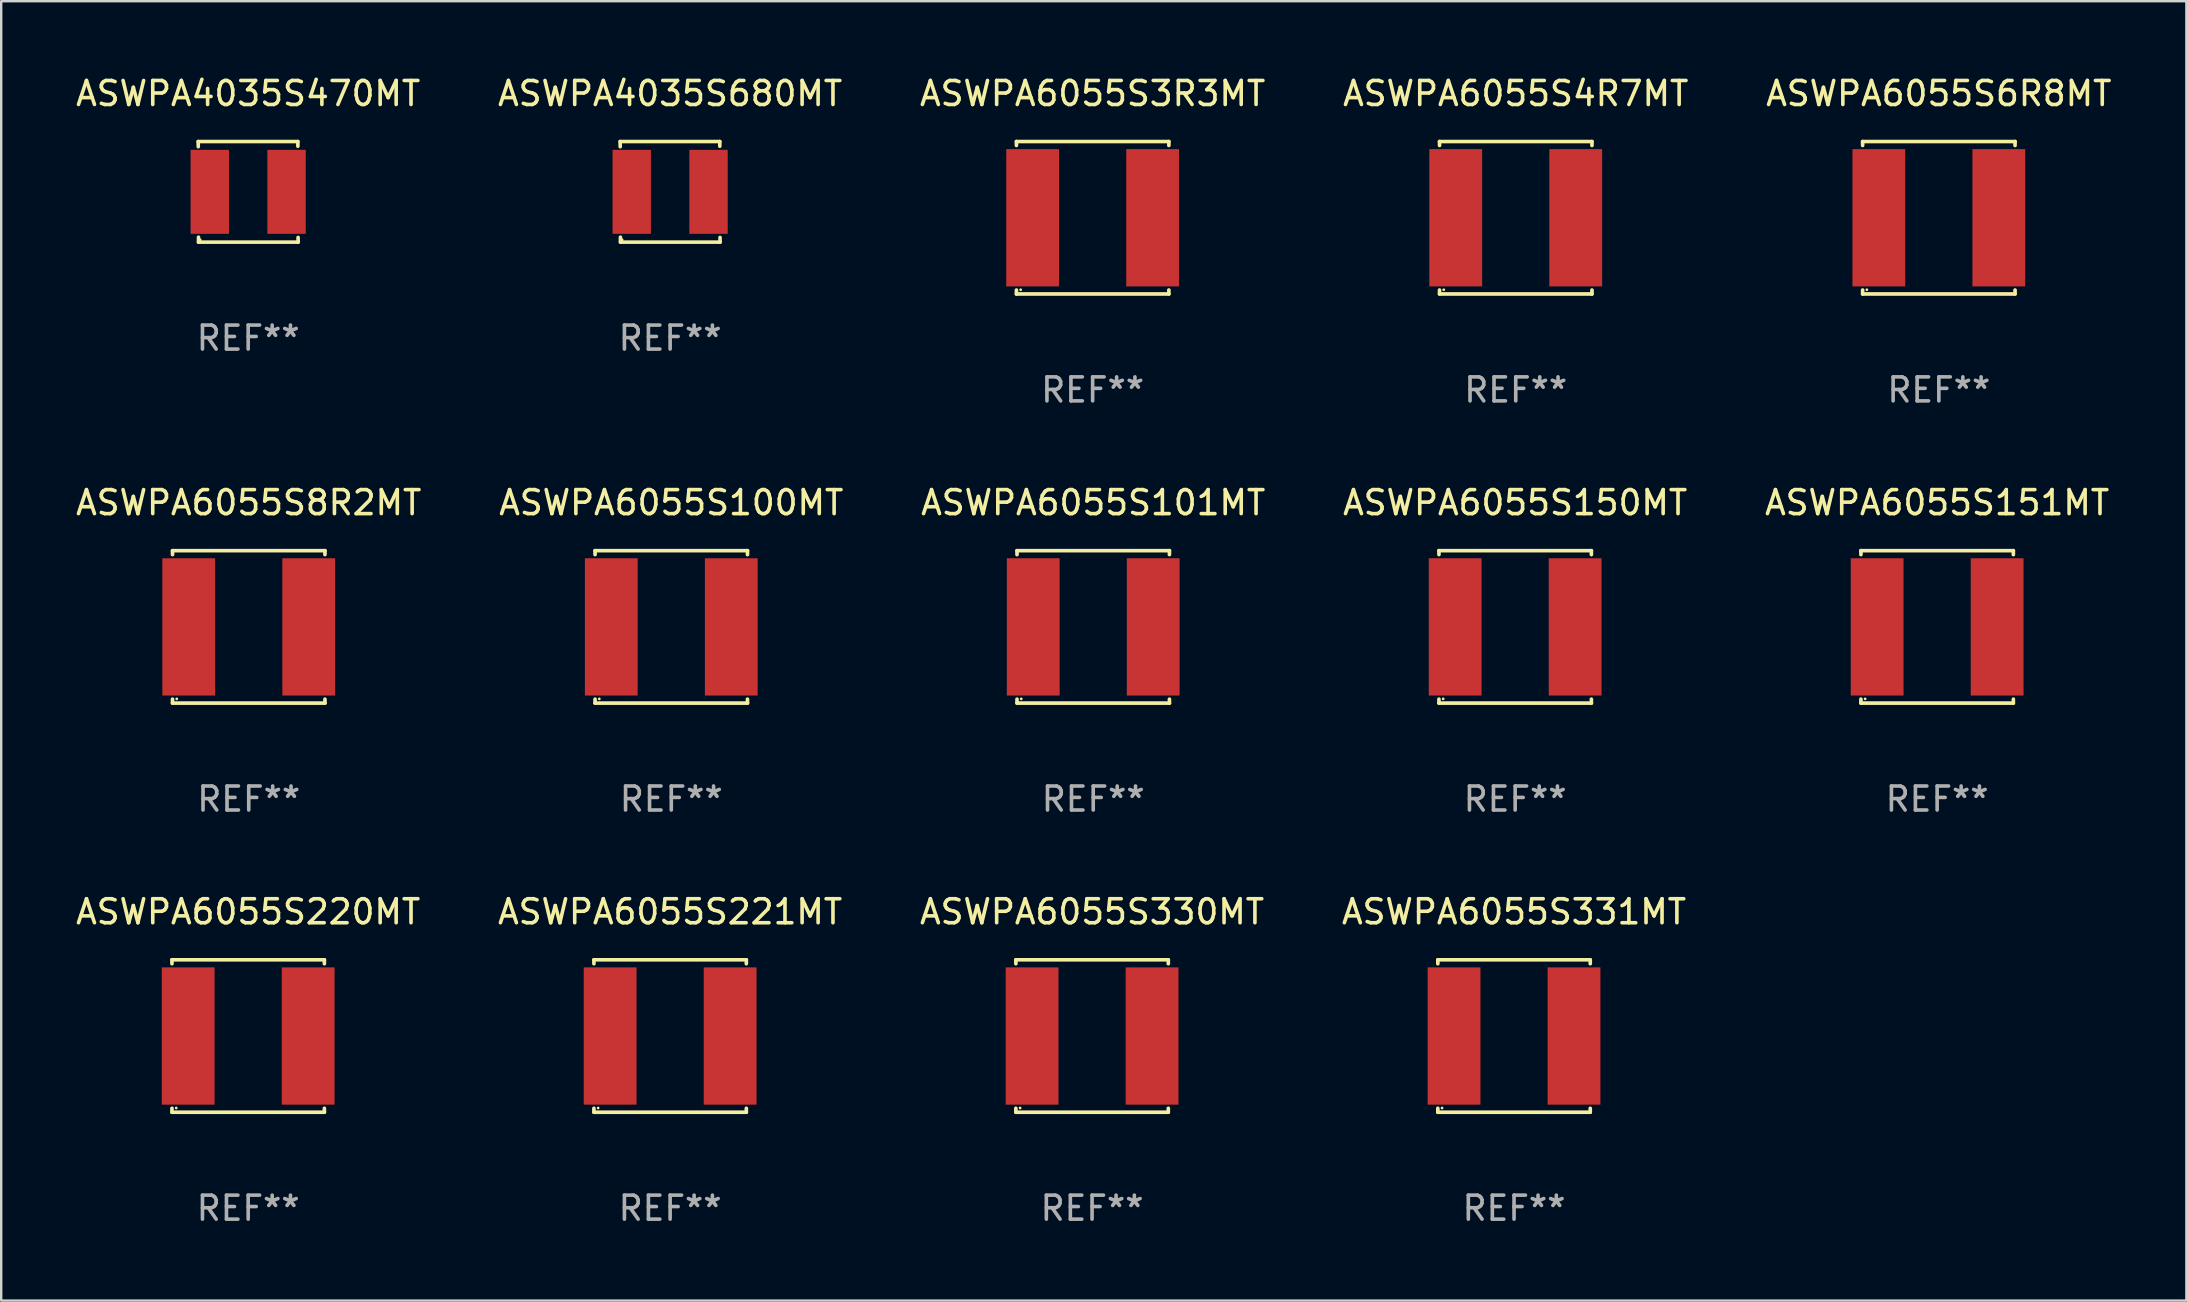
<source format=kicad_pcb>
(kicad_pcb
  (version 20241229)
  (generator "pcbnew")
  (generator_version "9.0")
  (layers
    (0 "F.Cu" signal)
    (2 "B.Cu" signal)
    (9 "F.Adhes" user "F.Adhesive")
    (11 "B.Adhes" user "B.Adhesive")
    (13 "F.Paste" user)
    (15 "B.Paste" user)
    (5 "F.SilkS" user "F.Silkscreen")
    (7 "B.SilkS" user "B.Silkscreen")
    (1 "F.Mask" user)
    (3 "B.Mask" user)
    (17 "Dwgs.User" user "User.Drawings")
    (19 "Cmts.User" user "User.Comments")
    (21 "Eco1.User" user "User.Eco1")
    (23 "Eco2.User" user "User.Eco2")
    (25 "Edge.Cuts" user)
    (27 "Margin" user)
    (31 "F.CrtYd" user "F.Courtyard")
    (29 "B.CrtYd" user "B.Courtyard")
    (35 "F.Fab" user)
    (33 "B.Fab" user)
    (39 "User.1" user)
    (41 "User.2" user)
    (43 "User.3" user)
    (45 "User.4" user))
  (footprint "ASWPA6055S4R7MT"
    (layer "F.Cu")
    (at 60.113 6.024)
    (property "Reference" "ASWPA6055S4R7MT" (at 0 -5.176 0) (layer "F.SilkS") (effects (font (size 1 1) (thickness 0.15))))
    (attr through_hole)
    (fp_line (start -3.176 -3.176) (end 3.176 -3.176) (stroke (width 0.152) (type solid)) (layer "F.SilkS"))
    (fp_line (start -3.176 -3.012) (end -3.176 -3.176) (stroke (width 0.152) (type solid)) (layer "F.SilkS"))
    (fp_line (start -3.176 3.012) (end -3.176 3.176) (stroke (width 0.152) (type solid)) (layer "F.SilkS"))
    (fp_line (start -3.176 3.176) (end 3.176 3.176) (stroke (width 0.152) (type solid)) (layer "F.SilkS"))
    (fp_line (start 3.176 -3.176) (end 3.176 -3.012) (stroke (width 0.152) (type solid)) (layer "F.SilkS"))
    (fp_line (start 3.176 3.176) (end 3.176 3.012) (stroke (width 0.152) (type solid)) (layer "F.SilkS"))
    (fp_circle (center -3 3) (end -2.97 3) (stroke (width 0.06) (type solid)) (fill no) (layer "F.SilkS"))
    (fp_text user "REF**" (at 0 7.176 0) (layer "F.Fab") (effects (font (size 1 1) (thickness 0.15))))
    (pad "1" smd rect (at -2.5 0) (size 2.2 5.72) (layers "F.Cu" "F.Mask" "F.Paste"))
    (pad "2" smd rect (at 2.5 0) (size 2.2 5.72) (layers "F.Cu" "F.Mask" "F.Paste")))
  (footprint "ASWPA6055S6R8MT"
    (layer "F.Cu")
    (at 77.744 6.024)
    (property "Reference" "ASWPA6055S6R8MT" (at 0 -5.176 0) (layer "F.SilkS") (effects (font (size 1 1) (thickness 0.15))))
    (attr through_hole)
    (fp_line (start -3.176 -3.176) (end 3.176 -3.176) (stroke (width 0.152) (type solid)) (layer "F.SilkS"))
    (fp_line (start -3.176 -3.012) (end -3.176 -3.176) (stroke (width 0.152) (type solid)) (layer "F.SilkS"))
    (fp_line (start -3.176 3.012) (end -3.176 3.176) (stroke (width 0.152) (type solid)) (layer "F.SilkS"))
    (fp_line (start -3.176 3.176) (end 3.176 3.176) (stroke (width 0.152) (type solid)) (layer "F.SilkS"))
    (fp_line (start 3.176 -3.176) (end 3.176 -3.012) (stroke (width 0.152) (type solid)) (layer "F.SilkS"))
    (fp_line (start 3.176 3.176) (end 3.176 3.012) (stroke (width 0.152) (type solid)) (layer "F.SilkS"))
    (fp_circle (center -3 3) (end -2.97 3) (stroke (width 0.06) (type solid)) (fill no) (layer "F.SilkS"))
    (fp_text user "REF**" (at 0 7.176 0) (layer "F.Fab") (effects (font (size 1 1) (thickness 0.15))))
    (pad "1" smd rect (at -2.5 0) (size 2.2 5.72) (layers "F.Cu" "F.Mask" "F.Paste"))
    (pad "2" smd rect (at 2.5 0) (size 2.2 5.72) (layers "F.Cu" "F.Mask" "F.Paste")))
  (footprint "ASWPA6055S150MT"
    (layer "F.Cu")
    (at 60.089 23.073)
    (property "Reference" "ASWPA6055S150MT" (at 0 -5.176 0) (layer "F.SilkS") (effects (font (size 1 1) (thickness 0.15))))
    (attr through_hole)
    (fp_line (start -3.176 -3.176) (end 3.176 -3.176) (stroke (width 0.152) (type solid)) (layer "F.SilkS"))
    (fp_line (start -3.176 -3.012) (end -3.176 -3.176) (stroke (width 0.152) (type solid)) (layer "F.SilkS"))
    (fp_line (start -3.176 3.012) (end -3.176 3.176) (stroke (width 0.152) (type solid)) (layer "F.SilkS"))
    (fp_line (start -3.176 3.176) (end 3.176 3.176) (stroke (width 0.152) (type solid)) (layer "F.SilkS"))
    (fp_line (start 3.176 -3.176) (end 3.176 -3.012) (stroke (width 0.152) (type solid)) (layer "F.SilkS"))
    (fp_line (start 3.176 3.176) (end 3.176 3.012) (stroke (width 0.152) (type solid)) (layer "F.SilkS"))
    (fp_circle (center -3 3) (end -2.97 3) (stroke (width 0.06) (type solid)) (fill no) (layer "F.SilkS"))
    (fp_text user "REF**" (at 0 7.176 0) (layer "F.Fab") (effects (font (size 1 1) (thickness 0.15))))
    (pad "1" smd rect (at -2.5 0) (size 2.2 5.72) (layers "F.Cu" "F.Mask" "F.Paste"))
    (pad "2" smd rect (at 2.5 0) (size 2.2 5.72) (layers "F.Cu" "F.Mask" "F.Paste")))
  (footprint "ASWPA6055S221MT"
    (layer "F.Cu")
    (at 24.875 40.122)
    (property "Reference" "ASWPA6055S221MT" (at 0 -5.176 0) (layer "F.SilkS") (effects (font (size 1 1) (thickness 0.15))))
    (attr through_hole)
    (fp_line (start -3.176 -3.176) (end 3.176 -3.176) (stroke (width 0.152) (type solid)) (layer "F.SilkS"))
    (fp_line (start -3.176 -3.012) (end -3.176 -3.176) (stroke (width 0.152) (type solid)) (layer "F.SilkS"))
    (fp_line (start -3.176 3.012) (end -3.176 3.176) (stroke (width 0.152) (type solid)) (layer "F.SilkS"))
    (fp_line (start -3.176 3.176) (end 3.176 3.176) (stroke (width 0.152) (type solid)) (layer "F.SilkS"))
    (fp_line (start 3.176 -3.176) (end 3.176 -3.012) (stroke (width 0.152) (type solid)) (layer "F.SilkS"))
    (fp_line (start 3.176 3.176) (end 3.176 3.012) (stroke (width 0.152) (type solid)) (layer "F.SilkS"))
    (fp_circle (center -3 3) (end -2.97 3) (stroke (width 0.06) (type solid)) (fill no) (layer "F.SilkS"))
    (fp_text user "REF**" (at 0 7.176 0) (layer "F.Fab") (effects (font (size 1 1) (thickness 0.15))))
    (pad "1" smd rect (at -2.5 0) (size 2.2 5.72) (layers "F.Cu" "F.Mask" "F.Paste"))
    (pad "2" smd rect (at 2.5 0) (size 2.2 5.72) (layers "F.Cu" "F.Mask" "F.Paste")))
  (footprint "ASWPA6055S151MT"
    (layer "F.Cu")
    (at 77.673 23.073)
    (property "Reference" "ASWPA6055S151MT" (at 0 -5.176 0) (layer "F.SilkS") (effects (font (size 1 1) (thickness 0.15))))
    (attr through_hole)
    (fp_line (start -3.176 -3.176) (end 3.176 -3.176) (stroke (width 0.152) (type solid)) (layer "F.SilkS"))
    (fp_line (start -3.176 -3.012) (end -3.176 -3.176) (stroke (width 0.152) (type solid)) (layer "F.SilkS"))
    (fp_line (start -3.176 3.012) (end -3.176 3.176) (stroke (width 0.152) (type solid)) (layer "F.SilkS"))
    (fp_line (start -3.176 3.176) (end 3.176 3.176) (stroke (width 0.152) (type solid)) (layer "F.SilkS"))
    (fp_line (start 3.176 -3.176) (end 3.176 -3.012) (stroke (width 0.152) (type solid)) (layer "F.SilkS"))
    (fp_line (start 3.176 3.176) (end 3.176 3.012) (stroke (width 0.152) (type solid)) (layer "F.SilkS"))
    (fp_circle (center -3 3) (end -2.97 3) (stroke (width 0.06) (type solid)) (fill no) (layer "F.SilkS"))
    (fp_text user "REF**" (at 0 7.176 0) (layer "F.Fab") (effects (font (size 1 1) (thickness 0.15))))
    (pad "1" smd rect (at -2.5 0) (size 2.2 5.72) (layers "F.Cu" "F.Mask" "F.Paste"))
    (pad "2" smd rect (at 2.5 0) (size 2.2 5.72) (layers "F.Cu" "F.Mask" "F.Paste")))
  (footprint "ASWPA4035S470MT"
    (layer "F.Cu")
    (at 7.292 4.944)
    (property "Reference" "ASWPA4035S470MT" (at 0 -4.096 0) (layer "F.SilkS") (effects (font (size 1 1) (thickness 0.15))))
    (attr through_hole)
    (fp_line (start -2.083 -2.096) (end -2.08 -1.88) (stroke (width 0.15) (type solid)) (layer "F.SilkS"))
    (fp_line (start -2.07 1.89) (end -2.07 2.096) (stroke (width 0.15) (type solid)) (layer "F.SilkS"))
    (fp_line (start -2.07 2.096) (end 2.083 2.096) (stroke (width 0.15) (type solid)) (layer "F.SilkS"))
    (fp_line (start 2.07 -1.9) (end 2.07 -2.096) (stroke (width 0.15) (type solid)) (layer "F.SilkS"))
    (fp_line (start 2.07 -2.096) (end -2.083 -2.096) (stroke (width 0.15) (type solid)) (layer "F.SilkS"))
    (fp_line (start 2.083 2.096) (end 2.08 1.9) (stroke (width 0.15) (type solid)) (layer "F.SilkS"))
    (fp_circle (center -2 2) (end -1.97 2) (stroke (width 0.06) (type solid)) (fill no) (layer "F.SilkS"))
    (fp_text user "REF**" (at 0 6.096 0) (layer "F.Fab") (effects (font (size 1 1) (thickness 0.15))))
    (pad "1" smd rect (at -1.6 -0.000343) (size 1.6 3.5) (layers "F.Cu" "F.Mask" "F.Paste"))
    (pad "2" smd rect (at 1.6 -0.000343) (size 1.6 3.5) (layers "F.Cu" "F.Mask" "F.Paste")))
  (footprint "ASWPA6055S101MT"
    (layer "F.Cu")
    (at 42.506 23.073)
    (property "Reference" "ASWPA6055S101MT" (at 0 -5.176 0) (layer "F.SilkS") (effects (font (size 1 1) (thickness 0.15))))
    (attr through_hole)
    (fp_line (start -3.176 -3.176) (end 3.176 -3.176) (stroke (width 0.152) (type solid)) (layer "F.SilkS"))
    (fp_line (start -3.176 -3.012) (end -3.176 -3.176) (stroke (width 0.152) (type solid)) (layer "F.SilkS"))
    (fp_line (start -3.176 3.012) (end -3.176 3.176) (stroke (width 0.152) (type solid)) (layer "F.SilkS"))
    (fp_line (start -3.176 3.176) (end 3.176 3.176) (stroke (width 0.152) (type solid)) (layer "F.SilkS"))
    (fp_line (start 3.176 -3.176) (end 3.176 -3.012) (stroke (width 0.152) (type solid)) (layer "F.SilkS"))
    (fp_line (start 3.176 3.176) (end 3.176 3.012) (stroke (width 0.152) (type solid)) (layer "F.SilkS"))
    (fp_circle (center -3 3) (end -2.97 3) (stroke (width 0.06) (type solid)) (fill no) (layer "F.SilkS"))
    (fp_text user "REF**" (at 0 7.176 0) (layer "F.Fab") (effects (font (size 1 1) (thickness 0.15))))
    (pad "1" smd rect (at -2.5 0) (size 2.2 5.72) (layers "F.Cu" "F.Mask" "F.Paste"))
    (pad "2" smd rect (at 2.5 0) (size 2.2 5.72) (layers "F.Cu" "F.Mask" "F.Paste")))
  (footprint "ASWPA6055S330MT"
    (layer "F.Cu")
    (at 42.458 40.122)
    (property "Reference" "ASWPA6055S330MT" (at 0 -5.176 0) (layer "F.SilkS") (effects (font (size 1 1) (thickness 0.15))))
    (attr through_hole)
    (fp_line (start -3.176 -3.176) (end 3.176 -3.176) (stroke (width 0.152) (type solid)) (layer "F.SilkS"))
    (fp_line (start -3.176 -3.012) (end -3.176 -3.176) (stroke (width 0.152) (type solid)) (layer "F.SilkS"))
    (fp_line (start -3.176 3.012) (end -3.176 3.176) (stroke (width 0.152) (type solid)) (layer "F.SilkS"))
    (fp_line (start -3.176 3.176) (end 3.176 3.176) (stroke (width 0.152) (type solid)) (layer "F.SilkS"))
    (fp_line (start 3.176 -3.176) (end 3.176 -3.012) (stroke (width 0.152) (type solid)) (layer "F.SilkS"))
    (fp_line (start 3.176 3.176) (end 3.176 3.012) (stroke (width 0.152) (type solid)) (layer "F.SilkS"))
    (fp_circle (center -3 3) (end -2.97 3) (stroke (width 0.06) (type solid)) (fill no) (layer "F.SilkS"))
    (fp_text user "REF**" (at 0 7.176 0) (layer "F.Fab") (effects (font (size 1 1) (thickness 0.15))))
    (pad "1" smd rect (at -2.5 0) (size 2.2 5.72) (layers "F.Cu" "F.Mask" "F.Paste"))
    (pad "2" smd rect (at 2.5 0) (size 2.2 5.72) (layers "F.Cu" "F.Mask" "F.Paste")))
  (footprint "ASWPA6055S220MT"
    (layer "F.Cu")
    (at 7.292 40.122)
    (property "Reference" "ASWPA6055S220MT" (at 0 -5.176 0) (layer "F.SilkS") (effects (font (size 1 1) (thickness 0.15))))
    (attr through_hole)
    (fp_line (start -3.176 -3.176) (end 3.176 -3.176) (stroke (width 0.152) (type solid)) (layer "F.SilkS"))
    (fp_line (start -3.176 -3.012) (end -3.176 -3.176) (stroke (width 0.152) (type solid)) (layer "F.SilkS"))
    (fp_line (start -3.176 3.012) (end -3.176 3.176) (stroke (width 0.152) (type solid)) (layer "F.SilkS"))
    (fp_line (start -3.176 3.176) (end 3.176 3.176) (stroke (width 0.152) (type solid)) (layer "F.SilkS"))
    (fp_line (start 3.176 -3.176) (end 3.176 -3.012) (stroke (width 0.152) (type solid)) (layer "F.SilkS"))
    (fp_line (start 3.176 3.176) (end 3.176 3.012) (stroke (width 0.152) (type solid)) (layer "F.SilkS"))
    (fp_circle (center -3 3) (end -2.97 3) (stroke (width 0.06) (type solid)) (fill no) (layer "F.SilkS"))
    (fp_text user "REF**" (at 0 7.176 0) (layer "F.Fab") (effects (font (size 1 1) (thickness 0.15))))
    (pad "1" smd rect (at -2.5 0) (size 2.2 5.72) (layers "F.Cu" "F.Mask" "F.Paste"))
    (pad "2" smd rect (at 2.5 0) (size 2.2 5.72) (layers "F.Cu" "F.Mask" "F.Paste")))
  (footprint "ASWPA6055S100MT"
    (layer "F.Cu")
    (at 24.923 23.073)
    (property "Reference" "ASWPA6055S100MT" (at 0 -5.176 0) (layer "F.SilkS") (effects (font (size 1 1) (thickness 0.15))))
    (attr through_hole)
    (fp_line (start -3.176 -3.176) (end 3.176 -3.176) (stroke (width 0.152) (type solid)) (layer "F.SilkS"))
    (fp_line (start -3.176 -3.012) (end -3.176 -3.176) (stroke (width 0.152) (type solid)) (layer "F.SilkS"))
    (fp_line (start -3.176 3.012) (end -3.176 3.176) (stroke (width 0.152) (type solid)) (layer "F.SilkS"))
    (fp_line (start -3.176 3.176) (end 3.176 3.176) (stroke (width 0.152) (type solid)) (layer "F.SilkS"))
    (fp_line (start 3.176 -3.176) (end 3.176 -3.012) (stroke (width 0.152) (type solid)) (layer "F.SilkS"))
    (fp_line (start 3.176 3.176) (end 3.176 3.012) (stroke (width 0.152) (type solid)) (layer "F.SilkS"))
    (fp_circle (center -3 3) (end -2.97 3) (stroke (width 0.06) (type solid)) (fill no) (layer "F.SilkS"))
    (fp_text user "REF**" (at 0 7.176 0) (layer "F.Fab") (effects (font (size 1 1) (thickness 0.15))))
    (pad "1" smd rect (at -2.5 0) (size 2.2 5.72) (layers "F.Cu" "F.Mask" "F.Paste"))
    (pad "2" smd rect (at 2.5 0) (size 2.2 5.72) (layers "F.Cu" "F.Mask" "F.Paste")))
  (footprint "ASWPA4035S680MT"
    (layer "F.Cu")
    (at 24.875 4.944)
    (property "Reference" "ASWPA4035S680MT" (at 0 -4.096 0) (layer "F.SilkS") (effects (font (size 1 1) (thickness 0.15))))
    (attr through_hole)
    (fp_line (start -2.083 -2.096) (end -2.08 -1.88) (stroke (width 0.15) (type solid)) (layer "F.SilkS"))
    (fp_line (start -2.07 1.89) (end -2.07 2.096) (stroke (width 0.15) (type solid)) (layer "F.SilkS"))
    (fp_line (start -2.07 2.096) (end 2.083 2.096) (stroke (width 0.15) (type solid)) (layer "F.SilkS"))
    (fp_line (start 2.07 -1.9) (end 2.07 -2.096) (stroke (width 0.15) (type solid)) (layer "F.SilkS"))
    (fp_line (start 2.07 -2.096) (end -2.083 -2.096) (stroke (width 0.15) (type solid)) (layer "F.SilkS"))
    (fp_line (start 2.083 2.096) (end 2.08 1.9) (stroke (width 0.15) (type solid)) (layer "F.SilkS"))
    (fp_circle (center -2 2) (end -1.97 2) (stroke (width 0.06) (type solid)) (fill no) (layer "F.SilkS"))
    (fp_text user "REF**" (at 0 6.096 0) (layer "F.Fab") (effects (font (size 1 1) (thickness 0.15))))
    (pad "1" smd rect (at -1.6 -0.000343) (size 1.6 3.5) (layers "F.Cu" "F.Mask" "F.Paste"))
    (pad "2" smd rect (at 1.6 -0.000343) (size 1.6 3.5) (layers "F.Cu" "F.Mask" "F.Paste")))
  (footprint "ASWPA6055S3R3MT"
    (layer "F.Cu")
    (at 42.482 6.024)
    (property "Reference" "ASWPA6055S3R3MT" (at 0 -5.176 0) (layer "F.SilkS") (effects (font (size 1 1) (thickness 0.15))))
    (attr through_hole)
    (fp_line (start -3.176 -3.176) (end 3.176 -3.176) (stroke (width 0.152) (type solid)) (layer "F.SilkS"))
    (fp_line (start -3.176 -3.012) (end -3.176 -3.176) (stroke (width 0.152) (type solid)) (layer "F.SilkS"))
    (fp_line (start -3.176 3.012) (end -3.176 3.176) (stroke (width 0.152) (type solid)) (layer "F.SilkS"))
    (fp_line (start -3.176 3.176) (end 3.176 3.176) (stroke (width 0.152) (type solid)) (layer "F.SilkS"))
    (fp_line (start 3.176 -3.176) (end 3.176 -3.012) (stroke (width 0.152) (type solid)) (layer "F.SilkS"))
    (fp_line (start 3.176 3.176) (end 3.176 3.012) (stroke (width 0.152) (type solid)) (layer "F.SilkS"))
    (fp_circle (center -3 3) (end -2.97 3) (stroke (width 0.06) (type solid)) (fill no) (layer "F.SilkS"))
    (fp_text user "REF**" (at 0 7.176 0) (layer "F.Fab") (effects (font (size 1 1) (thickness 0.15))))
    (pad "1" smd rect (at -2.5 0) (size 2.2 5.72) (layers "F.Cu" "F.Mask" "F.Paste"))
    (pad "2" smd rect (at 2.5 0) (size 2.2 5.72) (layers "F.Cu" "F.Mask" "F.Paste")))
  (footprint "ASWPA6055S331MT"
    (layer "F.Cu")
    (at 60.042 40.122)
    (property "Reference" "ASWPA6055S331MT" (at 0 -5.176 0) (layer "F.SilkS") (effects (font (size 1 1) (thickness 0.15))))
    (attr through_hole)
    (fp_line (start -3.176 -3.176) (end 3.176 -3.176) (stroke (width 0.152) (type solid)) (layer "F.SilkS"))
    (fp_line (start -3.176 -3.012) (end -3.176 -3.176) (stroke (width 0.152) (type solid)) (layer "F.SilkS"))
    (fp_line (start -3.176 3.012) (end -3.176 3.176) (stroke (width 0.152) (type solid)) (layer "F.SilkS"))
    (fp_line (start -3.176 3.176) (end 3.176 3.176) (stroke (width 0.152) (type solid)) (layer "F.SilkS"))
    (fp_line (start 3.176 -3.176) (end 3.176 -3.012) (stroke (width 0.152) (type solid)) (layer "F.SilkS"))
    (fp_line (start 3.176 3.176) (end 3.176 3.012) (stroke (width 0.152) (type solid)) (layer "F.SilkS"))
    (fp_circle (center -3 3) (end -2.97 3) (stroke (width 0.06) (type solid)) (fill no) (layer "F.SilkS"))
    (fp_text user "REF**" (at 0 7.176 0) (layer "F.Fab") (effects (font (size 1 1) (thickness 0.15))))
    (pad "1" smd rect (at -2.5 0) (size 2.2 5.72) (layers "F.Cu" "F.Mask" "F.Paste"))
    (pad "2" smd rect (at 2.5 0) (size 2.2 5.72) (layers "F.Cu" "F.Mask" "F.Paste")))
  (footprint "ASWPA6055S8R2MT"
    (layer "F.Cu")
    (at 7.315 23.073)
    (property "Reference" "ASWPA6055S8R2MT" (at 0 -5.176 0) (layer "F.SilkS") (effects (font (size 1 1) (thickness 0.15))))
    (attr through_hole)
    (fp_line (start -3.176 -3.176) (end 3.176 -3.176) (stroke (width 0.152) (type solid)) (layer "F.SilkS"))
    (fp_line (start -3.176 -3.012) (end -3.176 -3.176) (stroke (width 0.152) (type solid)) (layer "F.SilkS"))
    (fp_line (start -3.176 3.012) (end -3.176 3.176) (stroke (width 0.152) (type solid)) (layer "F.SilkS"))
    (fp_line (start -3.176 3.176) (end 3.176 3.176) (stroke (width 0.152) (type solid)) (layer "F.SilkS"))
    (fp_line (start 3.176 -3.176) (end 3.176 -3.012) (stroke (width 0.152) (type solid)) (layer "F.SilkS"))
    (fp_line (start 3.176 3.176) (end 3.176 3.012) (stroke (width 0.152) (type solid)) (layer "F.SilkS"))
    (fp_circle (center -3 3) (end -2.97 3) (stroke (width 0.06) (type solid)) (fill no) (layer "F.SilkS"))
    (fp_text user "REF**" (at 0 7.176 0) (layer "F.Fab") (effects (font (size 1 1) (thickness 0.15))))
    (pad "1" smd rect (at -2.5 0) (size 2.2 5.72) (layers "F.Cu" "F.Mask" "F.Paste"))
    (pad "2" smd rect (at 2.5 0) (size 2.2 5.72) (layers "F.Cu" "F.Mask" "F.Paste")))
  (gr_rect
    (start -3 -3)
    (end 88.06 51.147)
    (stroke (width 0.1) (type default))
    (fill no)
    (layer "Edge.Cuts")))
</source>
